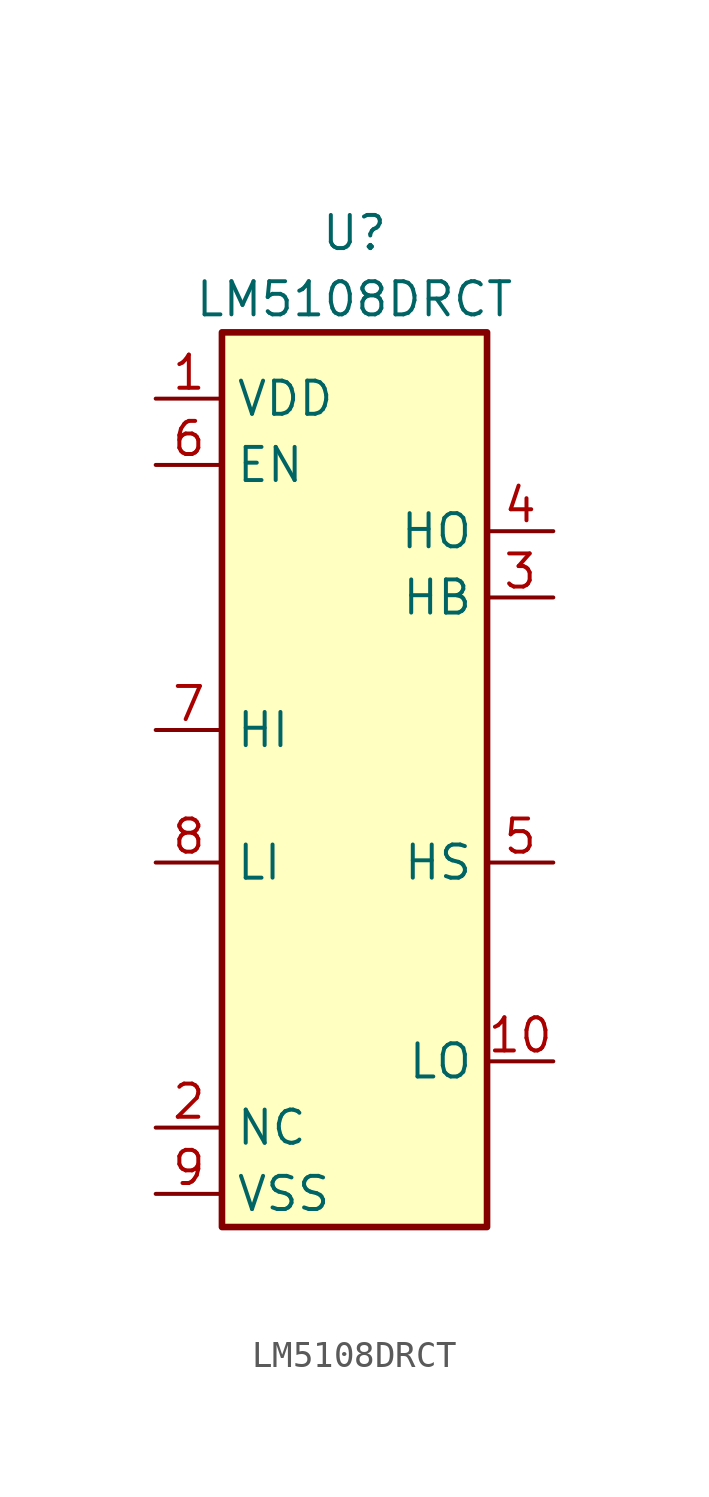
<source format=kicad_sym>
(kicad_symbol_lib
  (version 20201005)
  (generator kicad_symbol_editor)
  (symbol "User_Driver:LM5108DRCT"
    (property "Reference" "U"
      (at 0 19.05 0)
      (effects (font (size 1.27 1.27))))
    (property "Value" "LM5108DRCT"
      (at 0 16.51 0)
      (effects (font (size 1.27 1.27))))
    (symbol "LM5108DRCT_0_1"
      (rectangle (start -5.08 15.24) (end 5.08 -19.05) (stroke (width 0.254)) (fill (type background))))
    (symbol "LM5108DRCT_1_1"
      (pin power_in line (at -7.62 12.7 0) (length 2.54) (name "VDD" (effects (font (size 1.27 1.27)))) (number "1" (effects (font (size 1.27 1.27)))))
      (pin input line (at -7.62 -15.24 0) (length 2.54) (name "NC" (effects (font (size 1.27 1.27)))) (number "2" (effects (font (size 1.27 1.27)))))
      (pin input line (at 7.62 5.08 180) (length 2.54) (name "HB" (effects (font (size 1.27 1.27)))) (number "3" (effects (font (size 1.27 1.27)))))
      (pin input line (at 7.62 7.62 180) (length 2.54) (name "HO" (effects (font (size 1.27 1.27)))) (number "4" (effects (font (size 1.27 1.27)))))
      (pin output line (at 7.62 -5.08 180) (length 2.54) (name "HS" (effects (font (size 1.27 1.27)))) (number "5" (effects (font (size 1.27 1.27)))))
      (pin passive line (at -7.62 10.16 0) (length 2.54) (name "EN" (effects (font (size 1.27 1.27)))) (number "6" (effects (font (size 1.27 1.27)))))
      (pin output line (at -7.62 0 0) (length 2.54) (name "HI" (effects (font (size 1.27 1.27)))) (number "7" (effects (font (size 1.27 1.27)))))
      (pin output line (at -7.62 -17.78 0) (length 2.54) (name "VSS" (effects (font (size 1.27 1.27)))) (number "9" (effects (font (size 1.27 1.27)))))
      (pin output line (at -7.62 -5.08 0) (length 2.54) (name "LI" (effects (font (size 1.27 1.27)))) (number "8" (effects (font (size 1.27 1.27)))))
      (pin output line (at 7.62 -12.7 180) (length 2.54) (name "LO" (effects (font (size 1.27 1.27)))) (number "10" (effects (font (size 1.27 1.27))))))))
</source>
